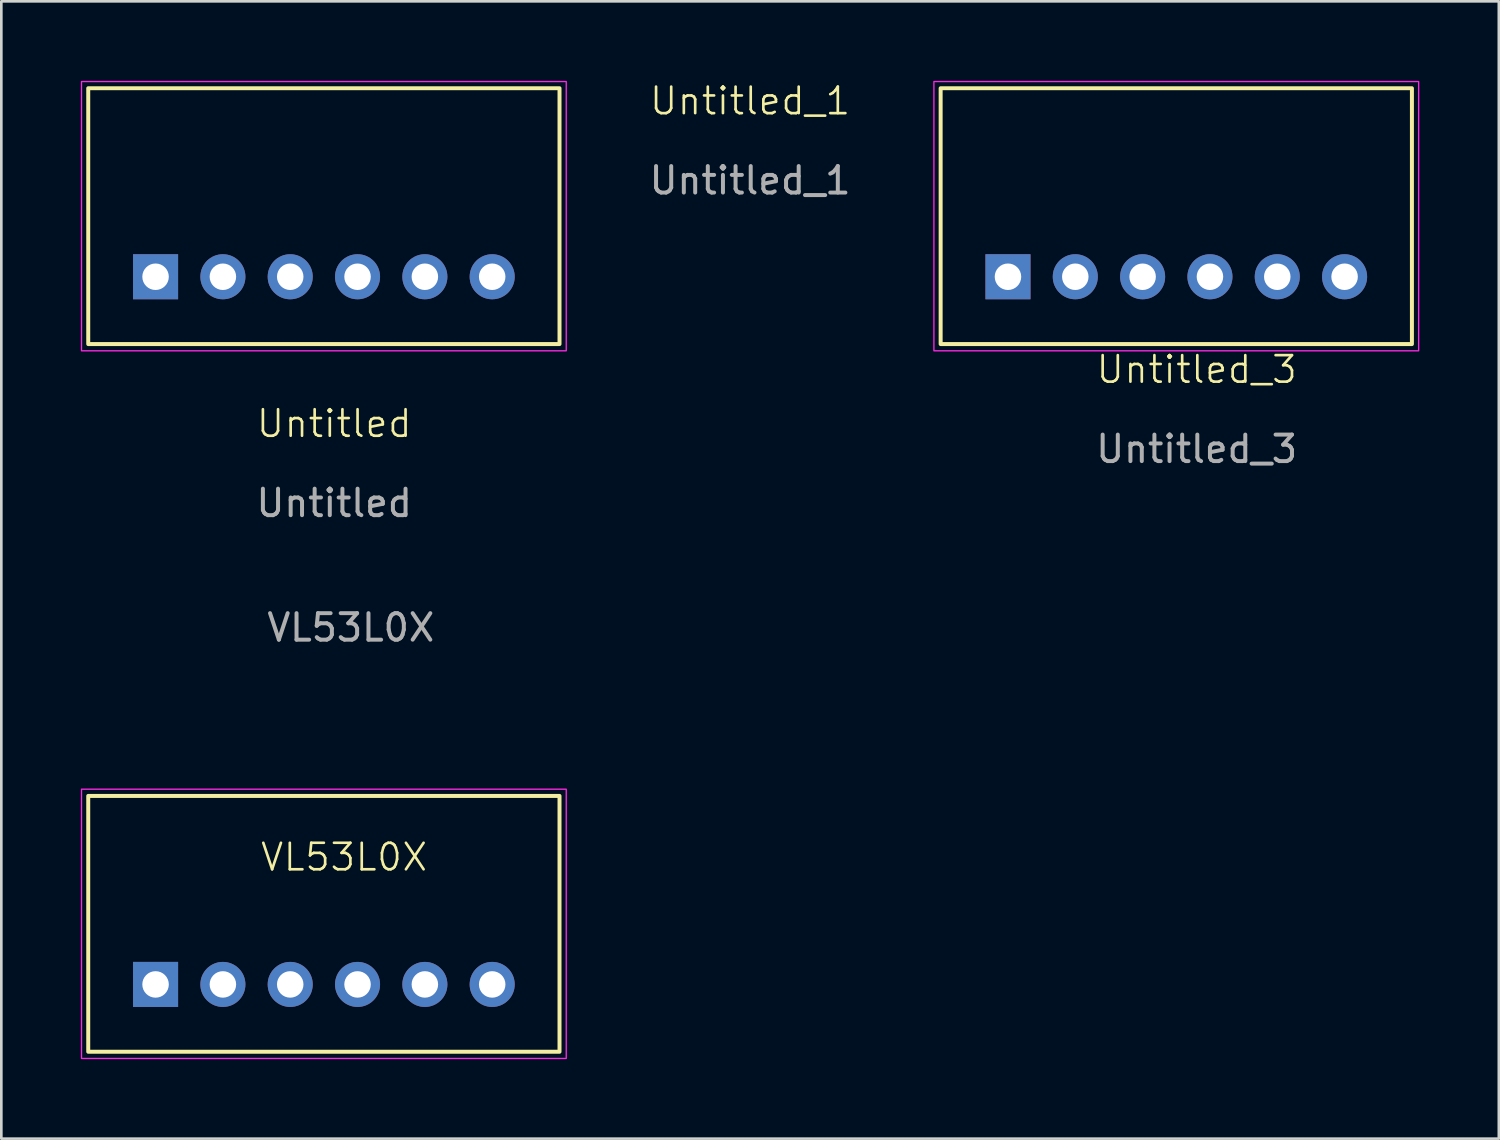
<source format=kicad_pcb>
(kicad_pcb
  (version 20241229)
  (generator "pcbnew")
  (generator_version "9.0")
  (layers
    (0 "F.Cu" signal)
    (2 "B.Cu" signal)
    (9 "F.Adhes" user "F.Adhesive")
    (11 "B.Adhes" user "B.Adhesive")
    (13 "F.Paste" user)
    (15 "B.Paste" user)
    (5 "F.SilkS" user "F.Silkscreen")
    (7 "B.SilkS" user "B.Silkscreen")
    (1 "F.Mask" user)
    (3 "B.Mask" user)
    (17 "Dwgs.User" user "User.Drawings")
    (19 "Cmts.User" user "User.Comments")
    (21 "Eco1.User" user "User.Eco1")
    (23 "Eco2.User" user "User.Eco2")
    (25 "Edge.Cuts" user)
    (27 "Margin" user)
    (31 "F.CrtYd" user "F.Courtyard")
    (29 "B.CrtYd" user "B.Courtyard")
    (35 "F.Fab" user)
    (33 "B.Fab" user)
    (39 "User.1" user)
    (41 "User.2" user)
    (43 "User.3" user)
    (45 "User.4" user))
  (footprint "VL53L0X"
    (layer "F.Cu")
    (at 0.279 36.63)
    (property "Reference" "VL53L0X" (at 9.652 -7.342 0) (unlocked yes) (layer "F.SilkS") (effects (font (size 1 1) (thickness 0.1))))
    (attr through_hole)
    (fp_rect (start 0 0) (end 17.78 -9.652) (stroke (width 0.15) (type default)) (fill no) (layer "F.SilkS"))
    (fp_rect (start -0.254 -9.906) (end 18.034 0.254) (stroke (width 0.05) (type default)) (fill no) (layer "F.CrtYd"))
    (fp_text user "${REFERENCE}" (at 9.906 -16.002 0) (unlocked yes) (layer "F.Fab") (effects (font (size 1 1) (thickness 0.15))))
    (pad "1" thru_hole circle (at 15.24 -2.54) (size 1.7 1.7) (drill 1) (layers "*.Cu" "*.Mask"))
    (pad "2" thru_hole circle (at 12.7 -2.54) (size 1.7 1.7) (drill 1) (layers "*.Cu" "*.Mask"))
    (pad "3" thru_hole circle (at 10.16 -2.54) (size 1.7 1.7) (drill 1) (layers "*.Cu" "*.Mask"))
    (pad "4" thru_hole circle (at 7.62 -2.54) (size 1.7 1.7) (drill 1) (layers "*.Cu" "*.Mask"))
    (pad "5" thru_hole circle (at 5.08 -2.54) (size 1.7 1.7) (drill 1) (layers "*.Cu" "*.Mask"))
    (pad "6" thru_hole rect (at 2.54 -2.54) (size 1.7 1.7) (drill 1) (layers "*.Cu" "*.Mask")))
  (footprint "Untitled_1"
    (layer "F.Cu")
    (at 25.249 1.26)
    (property "Reference" "Untitled_1" (at 0 -0.5 0) (unlocked yes) (layer "F.SilkS") (effects (font (size 1 1) (thickness 0.1))))
    (attr through_hole)
    (fp_text user "${REFERENCE}" (at 0 2.5 0) (unlocked yes) (layer "F.Fab") (effects (font (size 1 1) (thickness 0.15)))))
  (footprint "Untitled_3"
    (layer "F.Cu")
    (at 42.098 11.391)
    (property "Reference" "Untitled_3" (at 0 -0.5 0) (unlocked yes) (layer "F.SilkS") (effects (font (size 1 1) (thickness 0.1))))
    (attr through_hole)
    (fp_rect (start -9.66 -1.46) (end 8.12 -11.112) (stroke (width 0.15) (type default)) (fill no) (layer "F.SilkS"))
    (fp_rect (start -9.914 -11.366) (end 8.374 -1.206) (stroke (width 0.05) (type default)) (fill no) (layer "F.CrtYd"))
    (fp_text user "${REFERENCE}" (at 0 2.5 0) (unlocked yes) (layer "F.Fab") (effects (font (size 1 1) (thickness 0.15))))
    (pad "1" thru_hole circle (at 5.58 -4) (size 1.7 1.7) (drill 1) (layers "*.Cu" "*.Mask"))
    (pad "2" thru_hole circle (at 3.04 -4) (size 1.7 1.7) (drill 1) (layers "*.Cu" "*.Mask"))
    (pad "3" thru_hole circle (at 0.5 -4) (size 1.7 1.7) (drill 1) (layers "*.Cu" "*.Mask"))
    (pad "4" thru_hole circle (at -2.04 -4) (size 1.7 1.7) (drill 1) (layers "*.Cu" "*.Mask"))
    (pad "5" thru_hole circle (at -4.58 -4) (size 1.7 1.7) (drill 1) (layers "*.Cu" "*.Mask"))
    (pad "6" thru_hole rect (at -7.12 -4) (size 1.7 1.7) (drill 1) (layers "*.Cu" "*.Mask")))
  (footprint "Untitled"
    (layer "F.Cu")
    (at 9.559 13.431)
    (property "Reference" "Untitled" (at 0 -0.5 0) (unlocked yes) (layer "F.SilkS") (effects (font (size 1 1) (thickness 0.1))))
    (attr through_hole)
    (fp_rect (start -9.28 -3.5) (end 8.5 -13.152) (stroke (width 0.15) (type default)) (fill no) (layer "F.SilkS"))
    (fp_rect (start -9.534 -13.406) (end 8.754 -3.246) (stroke (width 0.05) (type default)) (fill no) (layer "F.CrtYd"))
    (fp_text user "${REFERENCE}" (at 0 2.5 0) (unlocked yes) (layer "F.Fab") (effects (font (size 1 1) (thickness 0.15))))
    (pad "1" thru_hole circle (at 5.96 -6.04) (size 1.7 1.7) (drill 1) (layers "*.Cu" "*.Mask"))
    (pad "2" thru_hole circle (at 3.42 -6.04) (size 1.7 1.7) (drill 1) (layers "*.Cu" "*.Mask"))
    (pad "3" thru_hole circle (at 0.88 -6.04) (size 1.7 1.7) (drill 1) (layers "*.Cu" "*.Mask"))
    (pad "4" thru_hole circle (at -1.66 -6.04) (size 1.7 1.7) (drill 1) (layers "*.Cu" "*.Mask"))
    (pad "5" thru_hole circle (at -4.2 -6.04) (size 1.7 1.7) (drill 1) (layers "*.Cu" "*.Mask"))
    (pad "6" thru_hole rect (at -6.74 -6.04) (size 1.7 1.7) (drill 1) (layers "*.Cu" "*.Mask")))
  (gr_rect
    (start -3 -3)
    (end 53.497 39.908)
    (stroke (width 0.1) (type default))
    (fill no)
    (layer "Edge.Cuts")))
</source>
